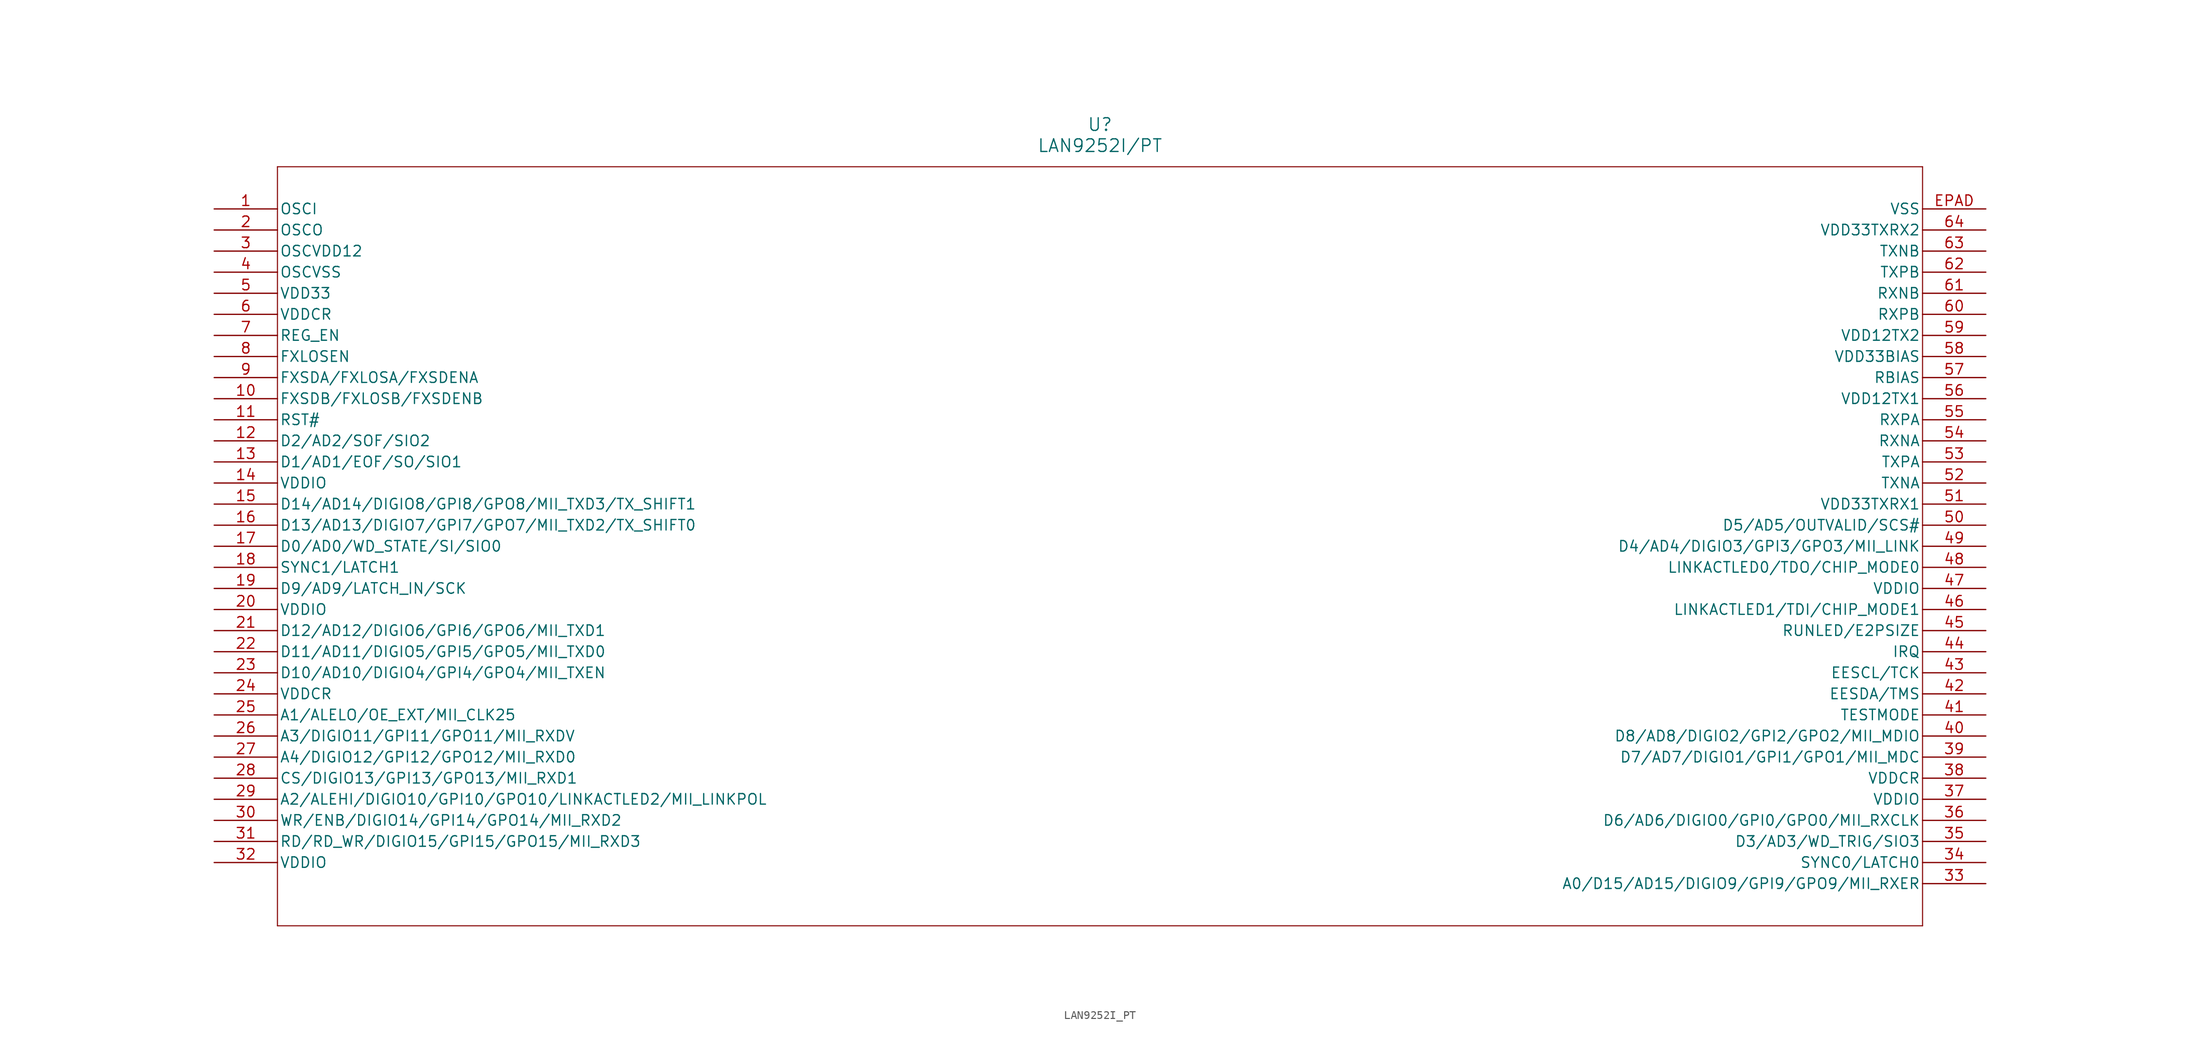
<source format=kicad_sym>
(kicad_symbol_lib
  (version 20211014)
  (generator kicad_symbol_editor)
  (symbol "LAN9252I_PT"
    (pin_names
      (offset 0.254))
    (property "Reference" "U"
      (at 106.68 10.16 0)
      (effects (font (size 1.524 1.524))))
    (property "Value" "LAN9252I/PT"
      (at 106.68 7.62 0)
      (effects (font (size 1.524 1.524))))
    (symbol "LAN9252I_PT_0_1"
      (polyline (pts (xy 7.62 5.08) (xy 7.62 -86.36)) (stroke (width 0.127) (type default) (color 0 0 0 0)) (fill (type none)))
      (polyline (pts (xy 7.62 -86.36) (xy 205.74 -86.36)) (stroke (width 0.127) (type default) (color 0 0 0 0)) (fill (type none)))
      (polyline (pts (xy 205.74 -86.36) (xy 205.74 5.08)) (stroke (width 0.127) (type default) (color 0 0 0 0)) (fill (type none)))
      (polyline (pts (xy 205.74 5.08) (xy 7.62 5.08)) (stroke (width 0.127) (type default) (color 0 0 0 0)) (fill (type none)))
      (pin unspecified line (at 0 0 0) (length 7.62) (name "OSCI" (effects (font (size 1.27 1.27)))) (number "1" (effects (font (size 1.27 1.27)))))
      (pin unspecified line (at 0 -2.54 0) (length 7.62) (name "OSCO" (effects (font (size 1.27 1.27)))) (number "2" (effects (font (size 1.27 1.27)))))
      (pin unspecified line (at 0 -5.08 0) (length 7.62) (name "OSCVDD12" (effects (font (size 1.27 1.27)))) (number "3" (effects (font (size 1.27 1.27)))))
      (pin unspecified line (at 0 -7.62 0) (length 7.62) (name "OSCVSS" (effects (font (size 1.27 1.27)))) (number "4" (effects (font (size 1.27 1.27)))))
      (pin unspecified line (at 0 -10.16 0) (length 7.62) (name "VDD33" (effects (font (size 1.27 1.27)))) (number "5" (effects (font (size 1.27 1.27)))))
      (pin unspecified line (at 0 -12.7 0) (length 7.62) (name "VDDCR" (effects (font (size 1.27 1.27)))) (number "6" (effects (font (size 1.27 1.27)))))
      (pin unspecified line (at 0 -15.24 0) (length 7.62) (name "REG_EN" (effects (font (size 1.27 1.27)))) (number "7" (effects (font (size 1.27 1.27)))))
      (pin unspecified line (at 0 -17.78 0) (length 7.62) (name "FXLOSEN" (effects (font (size 1.27 1.27)))) (number "8" (effects (font (size 1.27 1.27)))))
      (pin unspecified line (at 0 -20.32 0) (length 7.62) (name "FXSDA/FXLOSA/FXSDENA" (effects (font (size 1.27 1.27)))) (number "9" (effects (font (size 1.27 1.27)))))
      (pin unspecified line (at 0 -22.86 0) (length 7.62) (name "FXSDB/FXLOSB/FXSDENB" (effects (font (size 1.27 1.27)))) (number "10" (effects (font (size 1.27 1.27)))))
      (pin unspecified line (at 0 -25.4 0) (length 7.62) (name "RST#" (effects (font (size 1.27 1.27)))) (number "11" (effects (font (size 1.27 1.27)))))
      (pin unspecified line (at 0 -27.94 0) (length 7.62) (name "D2/AD2/SOF/SIO2" (effects (font (size 1.27 1.27)))) (number "12" (effects (font (size 1.27 1.27)))))
      (pin unspecified line (at 0 -30.48 0) (length 7.62) (name "D1/AD1/EOF/SO/SIO1" (effects (font (size 1.27 1.27)))) (number "13" (effects (font (size 1.27 1.27)))))
      (pin unspecified line (at 0 -33.02 0) (length 7.62) (name "VDDIO" (effects (font (size 1.27 1.27)))) (number "14" (effects (font (size 1.27 1.27)))))
      (pin unspecified line (at 0 -35.56 0) (length 7.62) (name "D14/AD14/DIGIO8/GPI8/GPO8/MII_TXD3/TX_SHIFT1" (effects (font (size 1.27 1.27)))) (number "15" (effects (font (size 1.27 1.27)))))
      (pin unspecified line (at 0 -38.1 0) (length 7.62) (name "D13/AD13/DIGIO7/GPI7/GPO7/MII_TXD2/TX_SHIFT0" (effects (font (size 1.27 1.27)))) (number "16" (effects (font (size 1.27 1.27)))))
      (pin unspecified line (at 0 -40.64 0) (length 7.62) (name "D0/AD0/WD_STATE/SI/SIO0" (effects (font (size 1.27 1.27)))) (number "17" (effects (font (size 1.27 1.27)))))
      (pin unspecified line (at 0 -43.18 0) (length 7.62) (name "SYNC1/LATCH1" (effects (font (size 1.27 1.27)))) (number "18" (effects (font (size 1.27 1.27)))))
      (pin unspecified line (at 0 -45.72 0) (length 7.62) (name "D9/AD9/LATCH_IN/SCK" (effects (font (size 1.27 1.27)))) (number "19" (effects (font (size 1.27 1.27)))))
      (pin unspecified line (at 0 -48.26 0) (length 7.62) (name "VDDIO" (effects (font (size 1.27 1.27)))) (number "20" (effects (font (size 1.27 1.27)))))
      (pin unspecified line (at 0 -50.8 0) (length 7.62) (name "D12/AD12/DIGIO6/GPI6/GPO6/MII_TXD1" (effects (font (size 1.27 1.27)))) (number "21" (effects (font (size 1.27 1.27)))))
      (pin unspecified line (at 0 -53.34 0) (length 7.62) (name "D11/AD11/DIGIO5/GPI5/GPO5/MII_TXD0" (effects (font (size 1.27 1.27)))) (number "22" (effects (font (size 1.27 1.27)))))
      (pin unspecified line (at 0 -55.88 0) (length 7.62) (name "D10/AD10/DIGIO4/GPI4/GPO4/MII_TXEN" (effects (font (size 1.27 1.27)))) (number "23" (effects (font (size 1.27 1.27)))))
      (pin unspecified line (at 0 -58.42 0) (length 7.62) (name "VDDCR" (effects (font (size 1.27 1.27)))) (number "24" (effects (font (size 1.27 1.27)))))
      (pin unspecified line (at 0 -60.96 0) (length 7.62) (name "A1/ALELO/OE_EXT/MII_CLK25" (effects (font (size 1.27 1.27)))) (number "25" (effects (font (size 1.27 1.27)))))
      (pin unspecified line (at 0 -63.5 0) (length 7.62) (name "A3/DIGIO11/GPI11/GPO11/MII_RXDV" (effects (font (size 1.27 1.27)))) (number "26" (effects (font (size 1.27 1.27)))))
      (pin unspecified line (at 0 -66.04 0) (length 7.62) (name "A4/DIGIO12/GPI12/GPO12/MII_RXD0" (effects (font (size 1.27 1.27)))) (number "27" (effects (font (size 1.27 1.27)))))
      (pin unspecified line (at 0 -68.58 0) (length 7.62) (name "CS/DIGIO13/GPI13/GPO13/MII_RXD1" (effects (font (size 1.27 1.27)))) (number "28" (effects (font (size 1.27 1.27)))))
      (pin unspecified line (at 0 -71.12 0) (length 7.62) (name "A2/ALEHI/DIGIO10/GPI10/GPO10/LINKACTLED2/MII_LINKPOL" (effects (font (size 1.27 1.27)))) (number "29" (effects (font (size 1.27 1.27)))))
      (pin unspecified line (at 0 -73.66 0) (length 7.62) (name "WR/ENB/DIGIO14/GPI14/GPO14/MII_RXD2" (effects (font (size 1.27 1.27)))) (number "30" (effects (font (size 1.27 1.27)))))
      (pin unspecified line (at 0 -76.2 0) (length 7.62) (name "RD/RD_WR/DIGIO15/GPI15/GPO15/MII_RXD3" (effects (font (size 1.27 1.27)))) (number "31" (effects (font (size 1.27 1.27)))))
      (pin unspecified line (at 0 -78.74 0) (length 7.62) (name "VDDIO" (effects (font (size 1.27 1.27)))) (number "32" (effects (font (size 1.27 1.27)))))
      (pin unspecified line (at 213.36 -81.28 180) (length 7.62) (name "A0/D15/AD15/DIGIO9/GPI9/GPO9/MII_RXER" (effects (font (size 1.27 1.27)))) (number "33" (effects (font (size 1.27 1.27)))))
      (pin unspecified line (at 213.36 -78.74 180) (length 7.62) (name "SYNC0/LATCH0" (effects (font (size 1.27 1.27)))) (number "34" (effects (font (size 1.27 1.27)))))
      (pin unspecified line (at 213.36 -76.2 180) (length 7.62) (name "D3/AD3/WD_TRIG/SIO3" (effects (font (size 1.27 1.27)))) (number "35" (effects (font (size 1.27 1.27)))))
      (pin unspecified line (at 213.36 -73.66 180) (length 7.62) (name "D6/AD6/DIGIO0/GPI0/GPO0/MII_RXCLK" (effects (font (size 1.27 1.27)))) (number "36" (effects (font (size 1.27 1.27)))))
      (pin unspecified line (at 213.36 -71.12 180) (length 7.62) (name "VDDIO" (effects (font (size 1.27 1.27)))) (number "37" (effects (font (size 1.27 1.27)))))
      (pin unspecified line (at 213.36 -68.58 180) (length 7.62) (name "VDDCR" (effects (font (size 1.27 1.27)))) (number "38" (effects (font (size 1.27 1.27)))))
      (pin unspecified line (at 213.36 -66.04 180) (length 7.62) (name "D7/AD7/DIGIO1/GPI1/GPO1/MII_MDC" (effects (font (size 1.27 1.27)))) (number "39" (effects (font (size 1.27 1.27)))))
      (pin unspecified line (at 213.36 -63.5 180) (length 7.62) (name "D8/AD8/DIGIO2/GPI2/GPO2/MII_MDIO" (effects (font (size 1.27 1.27)))) (number "40" (effects (font (size 1.27 1.27)))))
      (pin unspecified line (at 213.36 -60.96 180) (length 7.62) (name "TESTMODE" (effects (font (size 1.27 1.27)))) (number "41" (effects (font (size 1.27 1.27)))))
      (pin unspecified line (at 213.36 -58.42 180) (length 7.62) (name "EESDA/TMS" (effects (font (size 1.27 1.27)))) (number "42" (effects (font (size 1.27 1.27)))))
      (pin unspecified line (at 213.36 -55.88 180) (length 7.62) (name "EESCL/TCK" (effects (font (size 1.27 1.27)))) (number "43" (effects (font (size 1.27 1.27)))))
      (pin unspecified line (at 213.36 -53.34 180) (length 7.62) (name "IRQ" (effects (font (size 1.27 1.27)))) (number "44" (effects (font (size 1.27 1.27)))))
      (pin unspecified line (at 213.36 -50.8 180) (length 7.62) (name "RUNLED/E2PSIZE" (effects (font (size 1.27 1.27)))) (number "45" (effects (font (size 1.27 1.27)))))
      (pin unspecified line (at 213.36 -48.26 180) (length 7.62) (name "LINKACTLED1/TDI/CHIP_MODE1" (effects (font (size 1.27 1.27)))) (number "46" (effects (font (size 1.27 1.27)))))
      (pin unspecified line (at 213.36 -45.72 180) (length 7.62) (name "VDDIO" (effects (font (size 1.27 1.27)))) (number "47" (effects (font (size 1.27 1.27)))))
      (pin unspecified line (at 213.36 -43.18 180) (length 7.62) (name "LINKACTLED0/TDO/CHIP_MODE0" (effects (font (size 1.27 1.27)))) (number "48" (effects (font (size 1.27 1.27)))))
      (pin unspecified line (at 213.36 -40.64 180) (length 7.62) (name "D4/AD4/DIGIO3/GPI3/GPO3/MII_LINK" (effects (font (size 1.27 1.27)))) (number "49" (effects (font (size 1.27 1.27)))))
      (pin unspecified line (at 213.36 -38.1 180) (length 7.62) (name "D5/AD5/OUTVALID/SCS#" (effects (font (size 1.27 1.27)))) (number "50" (effects (font (size 1.27 1.27)))))
      (pin unspecified line (at 213.36 -35.56 180) (length 7.62) (name "VDD33TXRX1" (effects (font (size 1.27 1.27)))) (number "51" (effects (font (size 1.27 1.27)))))
      (pin unspecified line (at 213.36 -33.02 180) (length 7.62) (name "TXNA" (effects (font (size 1.27 1.27)))) (number "52" (effects (font (size 1.27 1.27)))))
      (pin unspecified line (at 213.36 -30.48 180) (length 7.62) (name "TXPA" (effects (font (size 1.27 1.27)))) (number "53" (effects (font (size 1.27 1.27)))))
      (pin unspecified line (at 213.36 -27.94 180) (length 7.62) (name "RXNA" (effects (font (size 1.27 1.27)))) (number "54" (effects (font (size 1.27 1.27)))))
      (pin unspecified line (at 213.36 -25.4 180) (length 7.62) (name "RXPA" (effects (font (size 1.27 1.27)))) (number "55" (effects (font (size 1.27 1.27)))))
      (pin unspecified line (at 213.36 -22.86 180) (length 7.62) (name "VDD12TX1" (effects (font (size 1.27 1.27)))) (number "56" (effects (font (size 1.27 1.27)))))
      (pin unspecified line (at 213.36 -20.32 180) (length 7.62) (name "RBIAS" (effects (font (size 1.27 1.27)))) (number "57" (effects (font (size 1.27 1.27)))))
      (pin unspecified line (at 213.36 -17.78 180) (length 7.62) (name "VDD33BIAS" (effects (font (size 1.27 1.27)))) (number "58" (effects (font (size 1.27 1.27)))))
      (pin unspecified line (at 213.36 -15.24 180) (length 7.62) (name "VDD12TX2" (effects (font (size 1.27 1.27)))) (number "59" (effects (font (size 1.27 1.27)))))
      (pin unspecified line (at 213.36 -12.7 180) (length 7.62) (name "RXPB" (effects (font (size 1.27 1.27)))) (number "60" (effects (font (size 1.27 1.27)))))
      (pin unspecified line (at 213.36 -10.16 180) (length 7.62) (name "RXNB" (effects (font (size 1.27 1.27)))) (number "61" (effects (font (size 1.27 1.27)))))
      (pin unspecified line (at 213.36 -7.62 180) (length 7.62) (name "TXPB" (effects (font (size 1.27 1.27)))) (number "62" (effects (font (size 1.27 1.27)))))
      (pin unspecified line (at 213.36 -5.08 180) (length 7.62) (name "TXNB" (effects (font (size 1.27 1.27)))) (number "63" (effects (font (size 1.27 1.27)))))
      (pin unspecified line (at 213.36 -2.54 180) (length 7.62) (name "VDD33TXRX2" (effects (font (size 1.27 1.27)))) (number "64" (effects (font (size 1.27 1.27)))))
      (pin unspecified line (at 213.36 0 180) (length 7.62) (name "VSS" (effects (font (size 1.27 1.27)))) (number "EPAD" (effects (font (size 1.27 1.27))))))))
</source>
